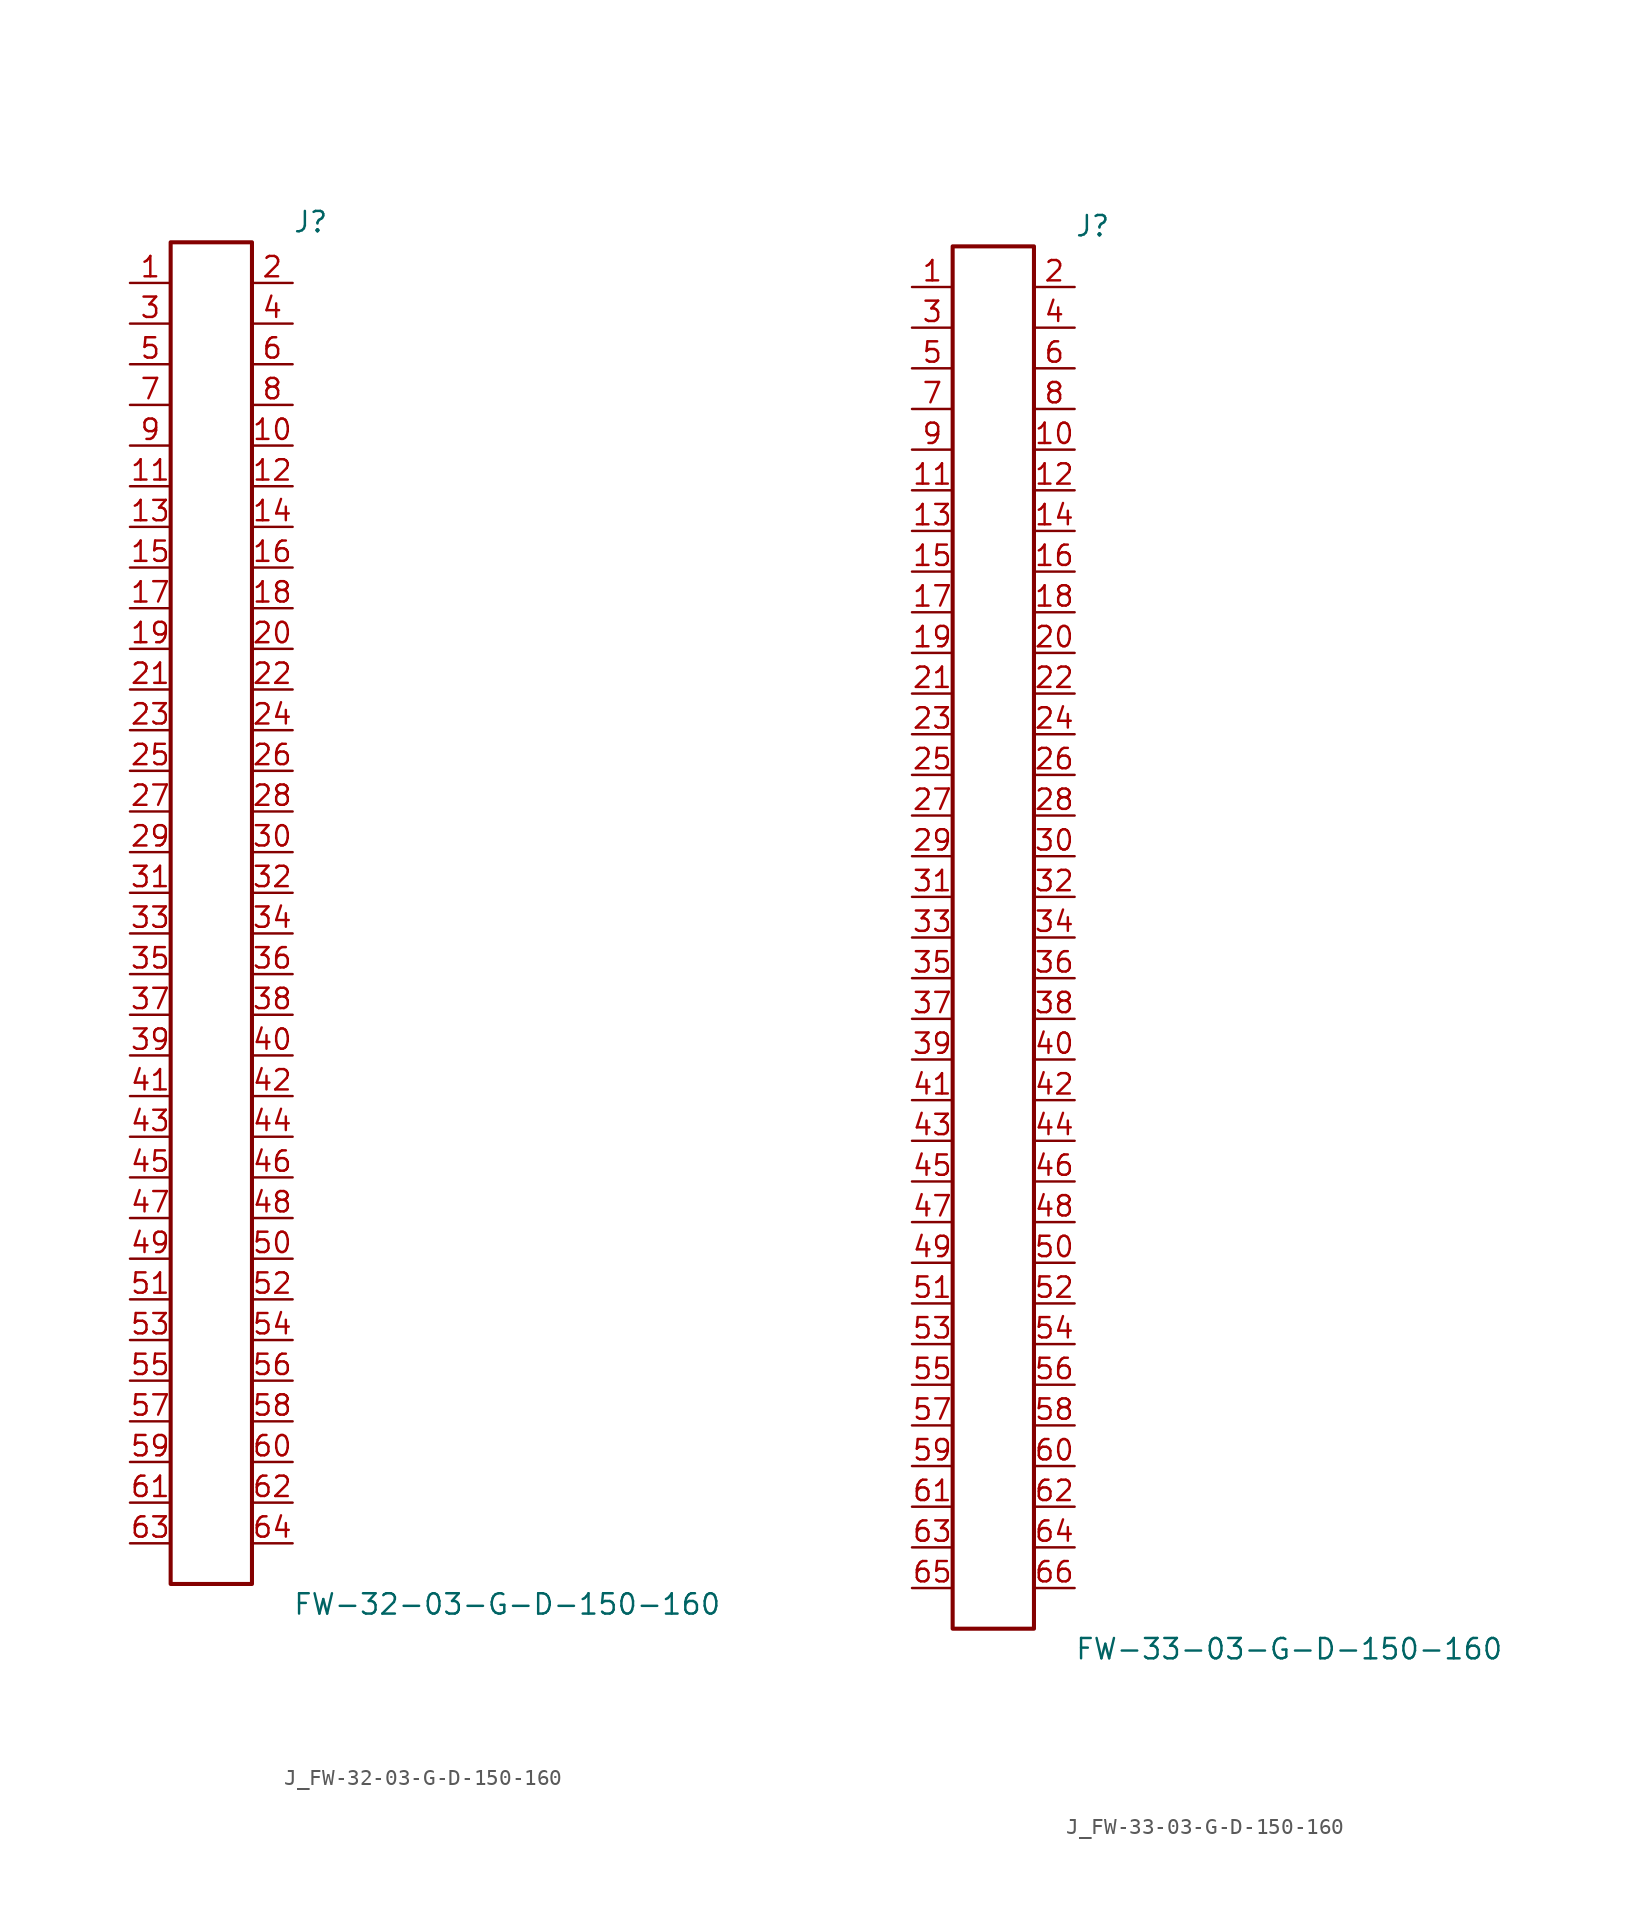
<source format=kicad_sym>
(kicad_symbol_lib
  (version 20231120)
  (generator kicad_symbol_editor)
  (generator_version 8.0)
  (symbol "J_FW-32-03-G-D-150-160"
    (pin_names
      (offset 0.254))
    (property "Reference" "J"
      (at 5.08 43.18 0)
      (effects (font (size 1.27 1.27)) (justify left)))
    (property "Value" "FW-32-03-G-D-150-160"
      (at 5.08 -43.18 0)
      (effects (font (size 1.27 1.27)) (justify left)))
    (symbol "J_FW-32-03-G-D-150-160_0_0"
      (pin passive line (at -5.08 39.37 0) (length 2.54) (name "" (effects (font (size 1.27 1.27)))) (number "1" (effects (font (size 1.27 1.27)))))
      (pin passive line (at 5.08 39.37 180) (length 2.54) (name "" (effects (font (size 1.27 1.27)))) (number "2" (effects (font (size 1.27 1.27)))))
      (pin passive line (at -5.08 36.83 0) (length 2.54) (name "" (effects (font (size 1.27 1.27)))) (number "3" (effects (font (size 1.27 1.27)))))
      (pin passive line (at 5.08 36.83 180) (length 2.54) (name "" (effects (font (size 1.27 1.27)))) (number "4" (effects (font (size 1.27 1.27)))))
      (pin passive line (at -5.08 34.29 0) (length 2.54) (name "" (effects (font (size 1.27 1.27)))) (number "5" (effects (font (size 1.27 1.27)))))
      (pin passive line (at 5.08 34.29 180) (length 2.54) (name "" (effects (font (size 1.27 1.27)))) (number "6" (effects (font (size 1.27 1.27)))))
      (pin passive line (at -5.08 31.75 0) (length 2.54) (name "" (effects (font (size 1.27 1.27)))) (number "7" (effects (font (size 1.27 1.27)))))
      (pin passive line (at 5.08 31.75 180) (length 2.54) (name "" (effects (font (size 1.27 1.27)))) (number "8" (effects (font (size 1.27 1.27)))))
      (pin passive line (at -5.08 29.21 0) (length 2.54) (name "" (effects (font (size 1.27 1.27)))) (number "9" (effects (font (size 1.27 1.27)))))
      (pin passive line (at 5.08 29.21 180) (length 2.54) (name "" (effects (font (size 1.27 1.27)))) (number "10" (effects (font (size 1.27 1.27)))))
      (pin passive line (at -5.08 26.67 0) (length 2.54) (name "" (effects (font (size 1.27 1.27)))) (number "11" (effects (font (size 1.27 1.27)))))
      (pin passive line (at 5.08 26.67 180) (length 2.54) (name "" (effects (font (size 1.27 1.27)))) (number "12" (effects (font (size 1.27 1.27)))))
      (pin passive line (at -5.08 24.13 0) (length 2.54) (name "" (effects (font (size 1.27 1.27)))) (number "13" (effects (font (size 1.27 1.27)))))
      (pin passive line (at 5.08 24.13 180) (length 2.54) (name "" (effects (font (size 1.27 1.27)))) (number "14" (effects (font (size 1.27 1.27)))))
      (pin passive line (at -5.08 21.59 0) (length 2.54) (name "" (effects (font (size 1.27 1.27)))) (number "15" (effects (font (size 1.27 1.27)))))
      (pin passive line (at 5.08 21.59 180) (length 2.54) (name "" (effects (font (size 1.27 1.27)))) (number "16" (effects (font (size 1.27 1.27)))))
      (pin passive line (at -5.08 19.05 0) (length 2.54) (name "" (effects (font (size 1.27 1.27)))) (number "17" (effects (font (size 1.27 1.27)))))
      (pin passive line (at 5.08 19.05 180) (length 2.54) (name "" (effects (font (size 1.27 1.27)))) (number "18" (effects (font (size 1.27 1.27)))))
      (pin passive line (at -5.08 16.51 0) (length 2.54) (name "" (effects (font (size 1.27 1.27)))) (number "19" (effects (font (size 1.27 1.27)))))
      (pin passive line (at 5.08 16.51 180) (length 2.54) (name "" (effects (font (size 1.27 1.27)))) (number "20" (effects (font (size 1.27 1.27)))))
      (pin passive line (at -5.08 13.97 0) (length 2.54) (name "" (effects (font (size 1.27 1.27)))) (number "21" (effects (font (size 1.27 1.27)))))
      (pin passive line (at 5.08 13.97 180) (length 2.54) (name "" (effects (font (size 1.27 1.27)))) (number "22" (effects (font (size 1.27 1.27)))))
      (pin passive line (at -5.08 11.43 0) (length 2.54) (name "" (effects (font (size 1.27 1.27)))) (number "23" (effects (font (size 1.27 1.27)))))
      (pin passive line (at 5.08 11.43 180) (length 2.54) (name "" (effects (font (size 1.27 1.27)))) (number "24" (effects (font (size 1.27 1.27)))))
      (pin passive line (at -5.08 8.89 0) (length 2.54) (name "" (effects (font (size 1.27 1.27)))) (number "25" (effects (font (size 1.27 1.27)))))
      (pin passive line (at 5.08 8.89 180) (length 2.54) (name "" (effects (font (size 1.27 1.27)))) (number "26" (effects (font (size 1.27 1.27)))))
      (pin passive line (at -5.08 6.35 0) (length 2.54) (name "" (effects (font (size 1.27 1.27)))) (number "27" (effects (font (size 1.27 1.27)))))
      (pin passive line (at 5.08 6.35 180) (length 2.54) (name "" (effects (font (size 1.27 1.27)))) (number "28" (effects (font (size 1.27 1.27)))))
      (pin passive line (at -5.08 3.81 0) (length 2.54) (name "" (effects (font (size 1.27 1.27)))) (number "29" (effects (font (size 1.27 1.27)))))
      (pin passive line (at 5.08 3.81 180) (length 2.54) (name "" (effects (font (size 1.27 1.27)))) (number "30" (effects (font (size 1.27 1.27)))))
      (pin passive line (at -5.08 1.27 0) (length 2.54) (name "" (effects (font (size 1.27 1.27)))) (number "31" (effects (font (size 1.27 1.27)))))
      (pin passive line (at 5.08 1.27 180) (length 2.54) (name "" (effects (font (size 1.27 1.27)))) (number "32" (effects (font (size 1.27 1.27)))))
      (pin passive line (at -5.08 -1.27 0) (length 2.54) (name "" (effects (font (size 1.27 1.27)))) (number "33" (effects (font (size 1.27 1.27)))))
      (pin passive line (at 5.08 -1.27 180) (length 2.54) (name "" (effects (font (size 1.27 1.27)))) (number "34" (effects (font (size 1.27 1.27)))))
      (pin passive line (at -5.08 -3.81 0) (length 2.54) (name "" (effects (font (size 1.27 1.27)))) (number "35" (effects (font (size 1.27 1.27)))))
      (pin passive line (at 5.08 -3.81 180) (length 2.54) (name "" (effects (font (size 1.27 1.27)))) (number "36" (effects (font (size 1.27 1.27)))))
      (pin passive line (at -5.08 -6.35 0) (length 2.54) (name "" (effects (font (size 1.27 1.27)))) (number "37" (effects (font (size 1.27 1.27)))))
      (pin passive line (at 5.08 -6.35 180) (length 2.54) (name "" (effects (font (size 1.27 1.27)))) (number "38" (effects (font (size 1.27 1.27)))))
      (pin passive line (at -5.08 -8.89 0) (length 2.54) (name "" (effects (font (size 1.27 1.27)))) (number "39" (effects (font (size 1.27 1.27)))))
      (pin passive line (at 5.08 -8.89 180) (length 2.54) (name "" (effects (font (size 1.27 1.27)))) (number "40" (effects (font (size 1.27 1.27)))))
      (pin passive line (at -5.08 -11.43 0) (length 2.54) (name "" (effects (font (size 1.27 1.27)))) (number "41" (effects (font (size 1.27 1.27)))))
      (pin passive line (at 5.08 -11.43 180) (length 2.54) (name "" (effects (font (size 1.27 1.27)))) (number "42" (effects (font (size 1.27 1.27)))))
      (pin passive line (at -5.08 -13.97 0) (length 2.54) (name "" (effects (font (size 1.27 1.27)))) (number "43" (effects (font (size 1.27 1.27)))))
      (pin passive line (at 5.08 -13.97 180) (length 2.54) (name "" (effects (font (size 1.27 1.27)))) (number "44" (effects (font (size 1.27 1.27)))))
      (pin passive line (at -5.08 -16.51 0) (length 2.54) (name "" (effects (font (size 1.27 1.27)))) (number "45" (effects (font (size 1.27 1.27)))))
      (pin passive line (at 5.08 -16.51 180) (length 2.54) (name "" (effects (font (size 1.27 1.27)))) (number "46" (effects (font (size 1.27 1.27)))))
      (pin passive line (at -5.08 -19.05 0) (length 2.54) (name "" (effects (font (size 1.27 1.27)))) (number "47" (effects (font (size 1.27 1.27)))))
      (pin passive line (at 5.08 -19.05 180) (length 2.54) (name "" (effects (font (size 1.27 1.27)))) (number "48" (effects (font (size 1.27 1.27)))))
      (pin passive line (at -5.08 -21.59 0) (length 2.54) (name "" (effects (font (size 1.27 1.27)))) (number "49" (effects (font (size 1.27 1.27)))))
      (pin passive line (at 5.08 -21.59 180) (length 2.54) (name "" (effects (font (size 1.27 1.27)))) (number "50" (effects (font (size 1.27 1.27)))))
      (pin passive line (at -5.08 -24.13 0) (length 2.54) (name "" (effects (font (size 1.27 1.27)))) (number "51" (effects (font (size 1.27 1.27)))))
      (pin passive line (at 5.08 -24.13 180) (length 2.54) (name "" (effects (font (size 1.27 1.27)))) (number "52" (effects (font (size 1.27 1.27)))))
      (pin passive line (at -5.08 -26.67 0) (length 2.54) (name "" (effects (font (size 1.27 1.27)))) (number "53" (effects (font (size 1.27 1.27)))))
      (pin passive line (at 5.08 -26.67 180) (length 2.54) (name "" (effects (font (size 1.27 1.27)))) (number "54" (effects (font (size 1.27 1.27)))))
      (pin passive line (at -5.08 -29.21 0) (length 2.54) (name "" (effects (font (size 1.27 1.27)))) (number "55" (effects (font (size 1.27 1.27)))))
      (pin passive line (at 5.08 -29.21 180) (length 2.54) (name "" (effects (font (size 1.27 1.27)))) (number "56" (effects (font (size 1.27 1.27)))))
      (pin passive line (at -5.08 -31.75 0) (length 2.54) (name "" (effects (font (size 1.27 1.27)))) (number "57" (effects (font (size 1.27 1.27)))))
      (pin passive line (at 5.08 -31.75 180) (length 2.54) (name "" (effects (font (size 1.27 1.27)))) (number "58" (effects (font (size 1.27 1.27)))))
      (pin passive line (at -5.08 -34.29 0) (length 2.54) (name "" (effects (font (size 1.27 1.27)))) (number "59" (effects (font (size 1.27 1.27)))))
      (pin passive line (at 5.08 -34.29 180) (length 2.54) (name "" (effects (font (size 1.27 1.27)))) (number "60" (effects (font (size 1.27 1.27)))))
      (pin passive line (at -5.08 -36.83 0) (length 2.54) (name "" (effects (font (size 1.27 1.27)))) (number "61" (effects (font (size 1.27 1.27)))))
      (pin passive line (at 5.08 -36.83 180) (length 2.54) (name "" (effects (font (size 1.27 1.27)))) (number "62" (effects (font (size 1.27 1.27)))))
      (pin passive line (at -5.08 -39.37 0) (length 2.54) (name "" (effects (font (size 1.27 1.27)))) (number "63" (effects (font (size 1.27 1.27)))))
      (pin passive line (at 5.08 -39.37 180) (length 2.54) (name "" (effects (font (size 1.27 1.27)))) (number "64" (effects (font (size 1.27 1.27))))))
    (symbol "J_FW-32-03-G-D-150-160_1_0"
      (rectangle (start -2.54 41.91) (end 2.54 -41.91) (stroke (width 0.254) (type solid)) (fill (type none)))))
  (symbol "J_FW-33-03-G-D-150-160"
    (pin_names
      (offset 0.254))
    (property "Reference" "J"
      (at 5.08 44.45 0)
      (effects (font (size 1.27 1.27)) (justify left)))
    (property "Value" "FW-33-03-G-D-150-160"
      (at 5.08 -44.45 0)
      (effects (font (size 1.27 1.27)) (justify left)))
    (symbol "J_FW-33-03-G-D-150-160_0_0"
      (pin passive line (at -5.08 40.64 0) (length 2.54) (name "" (effects (font (size 1.27 1.27)))) (number "1" (effects (font (size 1.27 1.27)))))
      (pin passive line (at 5.08 40.64 180) (length 2.54) (name "" (effects (font (size 1.27 1.27)))) (number "2" (effects (font (size 1.27 1.27)))))
      (pin passive line (at -5.08 38.1 0) (length 2.54) (name "" (effects (font (size 1.27 1.27)))) (number "3" (effects (font (size 1.27 1.27)))))
      (pin passive line (at 5.08 38.1 180) (length 2.54) (name "" (effects (font (size 1.27 1.27)))) (number "4" (effects (font (size 1.27 1.27)))))
      (pin passive line (at -5.08 35.56 0) (length 2.54) (name "" (effects (font (size 1.27 1.27)))) (number "5" (effects (font (size 1.27 1.27)))))
      (pin passive line (at 5.08 35.56 180) (length 2.54) (name "" (effects (font (size 1.27 1.27)))) (number "6" (effects (font (size 1.27 1.27)))))
      (pin passive line (at -5.08 33.02 0) (length 2.54) (name "" (effects (font (size 1.27 1.27)))) (number "7" (effects (font (size 1.27 1.27)))))
      (pin passive line (at 5.08 33.02 180) (length 2.54) (name "" (effects (font (size 1.27 1.27)))) (number "8" (effects (font (size 1.27 1.27)))))
      (pin passive line (at -5.08 30.48 0) (length 2.54) (name "" (effects (font (size 1.27 1.27)))) (number "9" (effects (font (size 1.27 1.27)))))
      (pin passive line (at 5.08 30.48 180) (length 2.54) (name "" (effects (font (size 1.27 1.27)))) (number "10" (effects (font (size 1.27 1.27)))))
      (pin passive line (at -5.08 27.94 0) (length 2.54) (name "" (effects (font (size 1.27 1.27)))) (number "11" (effects (font (size 1.27 1.27)))))
      (pin passive line (at 5.08 27.94 180) (length 2.54) (name "" (effects (font (size 1.27 1.27)))) (number "12" (effects (font (size 1.27 1.27)))))
      (pin passive line (at -5.08 25.4 0) (length 2.54) (name "" (effects (font (size 1.27 1.27)))) (number "13" (effects (font (size 1.27 1.27)))))
      (pin passive line (at 5.08 25.4 180) (length 2.54) (name "" (effects (font (size 1.27 1.27)))) (number "14" (effects (font (size 1.27 1.27)))))
      (pin passive line (at -5.08 22.86 0) (length 2.54) (name "" (effects (font (size 1.27 1.27)))) (number "15" (effects (font (size 1.27 1.27)))))
      (pin passive line (at 5.08 22.86 180) (length 2.54) (name "" (effects (font (size 1.27 1.27)))) (number "16" (effects (font (size 1.27 1.27)))))
      (pin passive line (at -5.08 20.32 0) (length 2.54) (name "" (effects (font (size 1.27 1.27)))) (number "17" (effects (font (size 1.27 1.27)))))
      (pin passive line (at 5.08 20.32 180) (length 2.54) (name "" (effects (font (size 1.27 1.27)))) (number "18" (effects (font (size 1.27 1.27)))))
      (pin passive line (at -5.08 17.78 0) (length 2.54) (name "" (effects (font (size 1.27 1.27)))) (number "19" (effects (font (size 1.27 1.27)))))
      (pin passive line (at 5.08 17.78 180) (length 2.54) (name "" (effects (font (size 1.27 1.27)))) (number "20" (effects (font (size 1.27 1.27)))))
      (pin passive line (at -5.08 15.24 0) (length 2.54) (name "" (effects (font (size 1.27 1.27)))) (number "21" (effects (font (size 1.27 1.27)))))
      (pin passive line (at 5.08 15.24 180) (length 2.54) (name "" (effects (font (size 1.27 1.27)))) (number "22" (effects (font (size 1.27 1.27)))))
      (pin passive line (at -5.08 12.7 0) (length 2.54) (name "" (effects (font (size 1.27 1.27)))) (number "23" (effects (font (size 1.27 1.27)))))
      (pin passive line (at 5.08 12.7 180) (length 2.54) (name "" (effects (font (size 1.27 1.27)))) (number "24" (effects (font (size 1.27 1.27)))))
      (pin passive line (at -5.08 10.16 0) (length 2.54) (name "" (effects (font (size 1.27 1.27)))) (number "25" (effects (font (size 1.27 1.27)))))
      (pin passive line (at 5.08 10.16 180) (length 2.54) (name "" (effects (font (size 1.27 1.27)))) (number "26" (effects (font (size 1.27 1.27)))))
      (pin passive line (at -5.08 7.62 0) (length 2.54) (name "" (effects (font (size 1.27 1.27)))) (number "27" (effects (font (size 1.27 1.27)))))
      (pin passive line (at 5.08 7.62 180) (length 2.54) (name "" (effects (font (size 1.27 1.27)))) (number "28" (effects (font (size 1.27 1.27)))))
      (pin passive line (at -5.08 5.08 0) (length 2.54) (name "" (effects (font (size 1.27 1.27)))) (number "29" (effects (font (size 1.27 1.27)))))
      (pin passive line (at 5.08 5.08 180) (length 2.54) (name "" (effects (font (size 1.27 1.27)))) (number "30" (effects (font (size 1.27 1.27)))))
      (pin passive line (at -5.08 2.54 0) (length 2.54) (name "" (effects (font (size 1.27 1.27)))) (number "31" (effects (font (size 1.27 1.27)))))
      (pin passive line (at 5.08 2.54 180) (length 2.54) (name "" (effects (font (size 1.27 1.27)))) (number "32" (effects (font (size 1.27 1.27)))))
      (pin passive line (at -5.08 0.0 0) (length 2.54) (name "" (effects (font (size 1.27 1.27)))) (number "33" (effects (font (size 1.27 1.27)))))
      (pin passive line (at 5.08 0.0 180) (length 2.54) (name "" (effects (font (size 1.27 1.27)))) (number "34" (effects (font (size 1.27 1.27)))))
      (pin passive line (at -5.08 -2.54 0) (length 2.54) (name "" (effects (font (size 1.27 1.27)))) (number "35" (effects (font (size 1.27 1.27)))))
      (pin passive line (at 5.08 -2.54 180) (length 2.54) (name "" (effects (font (size 1.27 1.27)))) (number "36" (effects (font (size 1.27 1.27)))))
      (pin passive line (at -5.08 -5.08 0) (length 2.54) (name "" (effects (font (size 1.27 1.27)))) (number "37" (effects (font (size 1.27 1.27)))))
      (pin passive line (at 5.08 -5.08 180) (length 2.54) (name "" (effects (font (size 1.27 1.27)))) (number "38" (effects (font (size 1.27 1.27)))))
      (pin passive line (at -5.08 -7.62 0) (length 2.54) (name "" (effects (font (size 1.27 1.27)))) (number "39" (effects (font (size 1.27 1.27)))))
      (pin passive line (at 5.08 -7.62 180) (length 2.54) (name "" (effects (font (size 1.27 1.27)))) (number "40" (effects (font (size 1.27 1.27)))))
      (pin passive line (at -5.08 -10.16 0) (length 2.54) (name "" (effects (font (size 1.27 1.27)))) (number "41" (effects (font (size 1.27 1.27)))))
      (pin passive line (at 5.08 -10.16 180) (length 2.54) (name "" (effects (font (size 1.27 1.27)))) (number "42" (effects (font (size 1.27 1.27)))))
      (pin passive line (at -5.08 -12.7 0) (length 2.54) (name "" (effects (font (size 1.27 1.27)))) (number "43" (effects (font (size 1.27 1.27)))))
      (pin passive line (at 5.08 -12.7 180) (length 2.54) (name "" (effects (font (size 1.27 1.27)))) (number "44" (effects (font (size 1.27 1.27)))))
      (pin passive line (at -5.08 -15.24 0) (length 2.54) (name "" (effects (font (size 1.27 1.27)))) (number "45" (effects (font (size 1.27 1.27)))))
      (pin passive line (at 5.08 -15.24 180) (length 2.54) (name "" (effects (font (size 1.27 1.27)))) (number "46" (effects (font (size 1.27 1.27)))))
      (pin passive line (at -5.08 -17.78 0) (length 2.54) (name "" (effects (font (size 1.27 1.27)))) (number "47" (effects (font (size 1.27 1.27)))))
      (pin passive line (at 5.08 -17.78 180) (length 2.54) (name "" (effects (font (size 1.27 1.27)))) (number "48" (effects (font (size 1.27 1.27)))))
      (pin passive line (at -5.08 -20.32 0) (length 2.54) (name "" (effects (font (size 1.27 1.27)))) (number "49" (effects (font (size 1.27 1.27)))))
      (pin passive line (at 5.08 -20.32 180) (length 2.54) (name "" (effects (font (size 1.27 1.27)))) (number "50" (effects (font (size 1.27 1.27)))))
      (pin passive line (at -5.08 -22.86 0) (length 2.54) (name "" (effects (font (size 1.27 1.27)))) (number "51" (effects (font (size 1.27 1.27)))))
      (pin passive line (at 5.08 -22.86 180) (length 2.54) (name "" (effects (font (size 1.27 1.27)))) (number "52" (effects (font (size 1.27 1.27)))))
      (pin passive line (at -5.08 -25.4 0) (length 2.54) (name "" (effects (font (size 1.27 1.27)))) (number "53" (effects (font (size 1.27 1.27)))))
      (pin passive line (at 5.08 -25.4 180) (length 2.54) (name "" (effects (font (size 1.27 1.27)))) (number "54" (effects (font (size 1.27 1.27)))))
      (pin passive line (at -5.08 -27.94 0) (length 2.54) (name "" (effects (font (size 1.27 1.27)))) (number "55" (effects (font (size 1.27 1.27)))))
      (pin passive line (at 5.08 -27.94 180) (length 2.54) (name "" (effects (font (size 1.27 1.27)))) (number "56" (effects (font (size 1.27 1.27)))))
      (pin passive line (at -5.08 -30.48 0) (length 2.54) (name "" (effects (font (size 1.27 1.27)))) (number "57" (effects (font (size 1.27 1.27)))))
      (pin passive line (at 5.08 -30.48 180) (length 2.54) (name "" (effects (font (size 1.27 1.27)))) (number "58" (effects (font (size 1.27 1.27)))))
      (pin passive line (at -5.08 -33.02 0) (length 2.54) (name "" (effects (font (size 1.27 1.27)))) (number "59" (effects (font (size 1.27 1.27)))))
      (pin passive line (at 5.08 -33.02 180) (length 2.54) (name "" (effects (font (size 1.27 1.27)))) (number "60" (effects (font (size 1.27 1.27)))))
      (pin passive line (at -5.08 -35.56 0) (length 2.54) (name "" (effects (font (size 1.27 1.27)))) (number "61" (effects (font (size 1.27 1.27)))))
      (pin passive line (at 5.08 -35.56 180) (length 2.54) (name "" (effects (font (size 1.27 1.27)))) (number "62" (effects (font (size 1.27 1.27)))))
      (pin passive line (at -5.08 -38.1 0) (length 2.54) (name "" (effects (font (size 1.27 1.27)))) (number "63" (effects (font (size 1.27 1.27)))))
      (pin passive line (at 5.08 -38.1 180) (length 2.54) (name "" (effects (font (size 1.27 1.27)))) (number "64" (effects (font (size 1.27 1.27)))))
      (pin passive line (at -5.08 -40.64 0) (length 2.54) (name "" (effects (font (size 1.27 1.27)))) (number "65" (effects (font (size 1.27 1.27)))))
      (pin passive line (at 5.08 -40.64 180) (length 2.54) (name "" (effects (font (size 1.27 1.27)))) (number "66" (effects (font (size 1.27 1.27))))))
    (symbol "J_FW-33-03-G-D-150-160_1_0"
      (rectangle (start -2.54 43.18) (end 2.54 -43.18) (stroke (width 0.254) (type solid)) (fill (type none))))))
</source>
